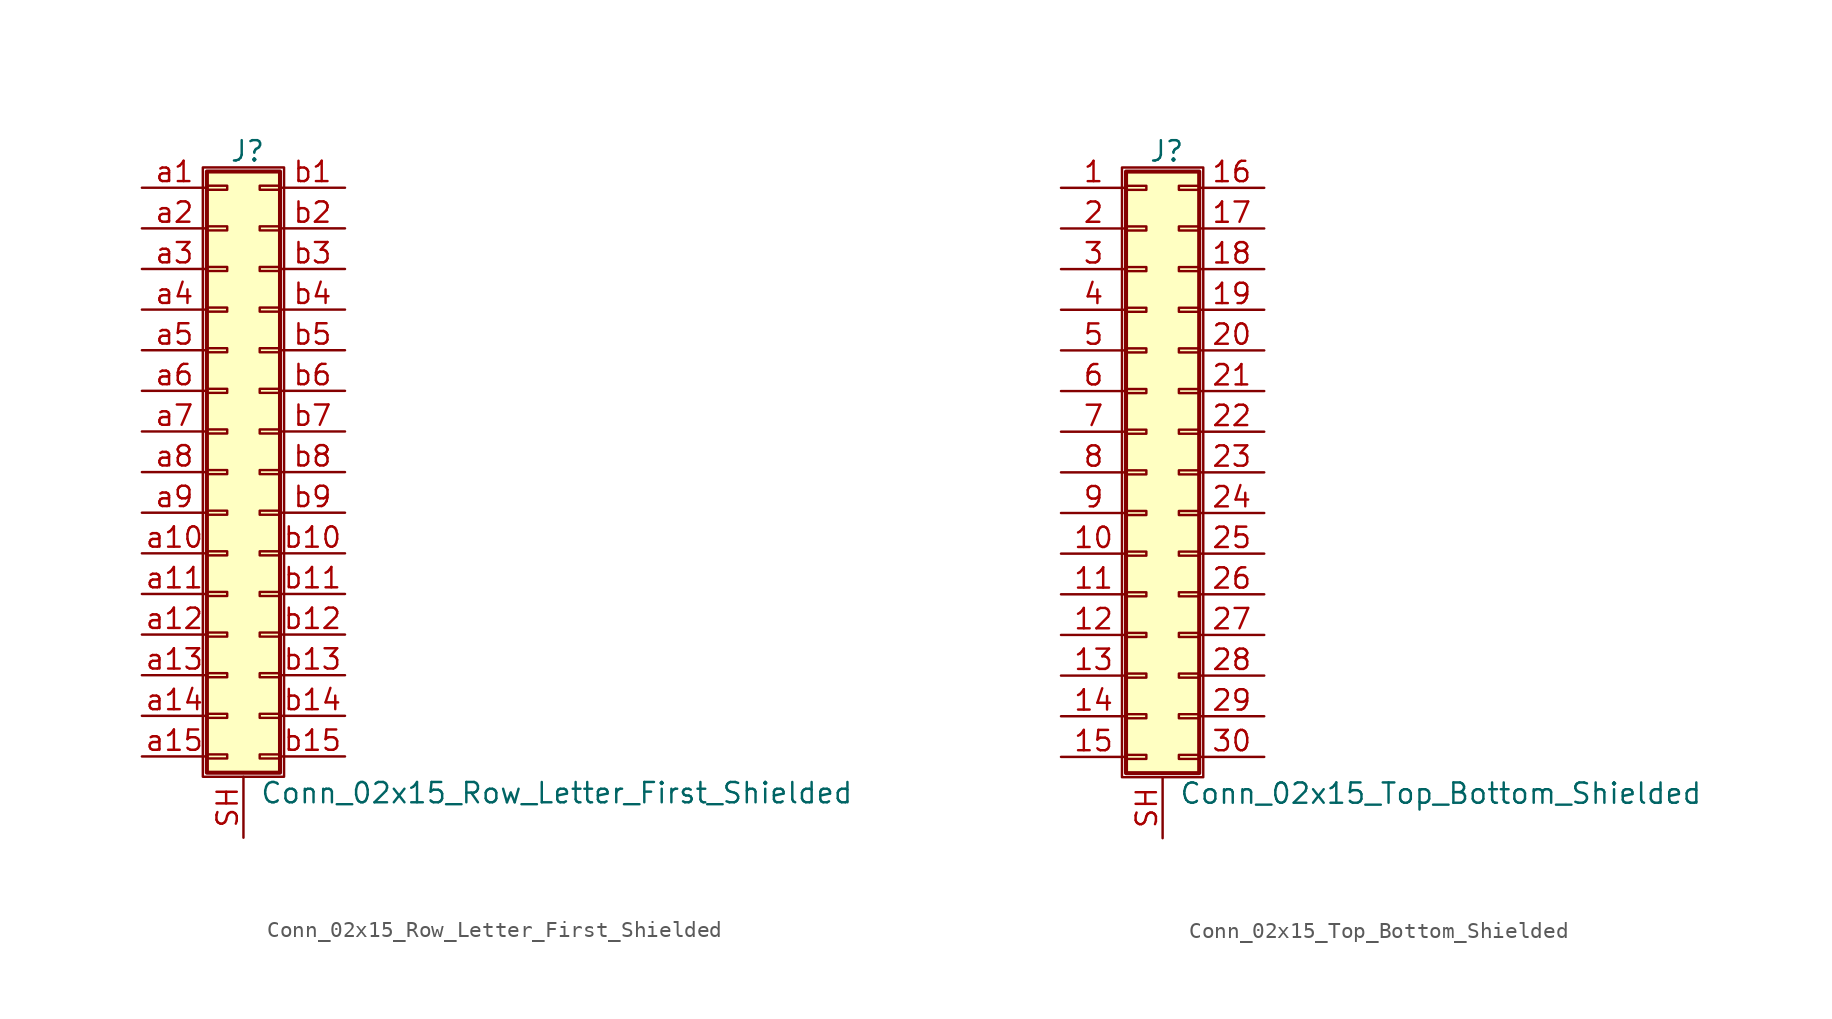
<source format=kicad_sym>
(kicad_symbol_lib
  (version 20201005)
  (generator kicad_symbol_editor)
  (symbol "Conn_02x15_Row_Letter_First_Shielded"
    (pin_names
      (offset 1.016) hide)
    (property "Reference" "J"
      (at 1.524 20.066 0)
      (effects (font (size 1.27 1.27))))
    (property "Value" "Conn_02x15_Row_Letter_First_Shielded"
      (at 2.286 -20.066 0)
      (effects (font (size 1.27 1.27)) (justify left)))
    (symbol "Conn_02x15_Row_Letter_First_Shielded_1_1"
      (rectangle (start -1.27 19.05) (end 3.81 -19.05) (stroke (width 0.152)) (fill (type none)))
      (rectangle (start -1.016 -17.653) (end 0.254 -17.907) (stroke (width 0.152)) (fill (type none)))
      (rectangle (start -1.016 -15.113) (end 0.254 -15.367) (stroke (width 0.152)) (fill (type none)))
      (rectangle (start -1.016 -12.573) (end 0.254 -12.827) (stroke (width 0.152)) (fill (type none)))
      (rectangle (start -1.016 -10.033) (end 0.254 -10.287) (stroke (width 0.152)) (fill (type none)))
      (rectangle (start -1.016 -7.493) (end 0.254 -7.747) (stroke (width 0.152)) (fill (type none)))
      (rectangle (start -1.016 -4.953) (end 0.254 -5.207) (stroke (width 0.152)) (fill (type none)))
      (rectangle (start -1.016 -2.413) (end 0.254 -2.667) (stroke (width 0.152)) (fill (type none)))
      (rectangle (start -1.016 0.127) (end 0.254 -0.127) (stroke (width 0.152)) (fill (type none)))
      (rectangle (start -1.016 2.667) (end 0.254 2.413) (stroke (width 0.152)) (fill (type none)))
      (rectangle (start -1.016 5.207) (end 0.254 4.953) (stroke (width 0.152)) (fill (type none)))
      (rectangle (start -1.016 7.747) (end 0.254 7.493) (stroke (width 0.152)) (fill (type none)))
      (rectangle (start -1.016 10.287) (end 0.254 10.033) (stroke (width 0.152)) (fill (type none)))
      (rectangle (start -1.016 12.827) (end 0.254 12.573) (stroke (width 0.152)) (fill (type none)))
      (rectangle (start -1.016 15.367) (end 0.254 15.113) (stroke (width 0.152)) (fill (type none)))
      (rectangle (start -1.016 17.907) (end 0.254 17.653) (stroke (width 0.152)) (fill (type none)))
      (rectangle (start 3.556 -17.653) (end 2.286 -17.907) (stroke (width 0.152)) (fill (type none)))
      (rectangle (start 3.556 -15.113) (end 2.286 -15.367) (stroke (width 0.152)) (fill (type none)))
      (rectangle (start 3.556 -12.573) (end 2.286 -12.827) (stroke (width 0.152)) (fill (type none)))
      (rectangle (start 3.556 -10.033) (end 2.286 -10.287) (stroke (width 0.152)) (fill (type none)))
      (rectangle (start 3.556 -7.493) (end 2.286 -7.747) (stroke (width 0.152)) (fill (type none)))
      (rectangle (start 3.556 -4.953) (end 2.286 -5.207) (stroke (width 0.152)) (fill (type none)))
      (rectangle (start 3.556 -2.413) (end 2.286 -2.667) (stroke (width 0.152)) (fill (type none)))
      (rectangle (start 3.556 0.127) (end 2.286 -0.127) (stroke (width 0.152)) (fill (type none)))
      (rectangle (start 3.556 2.667) (end 2.286 2.413) (stroke (width 0.152)) (fill (type none)))
      (rectangle (start 3.556 5.207) (end 2.286 4.953) (stroke (width 0.152)) (fill (type none)))
      (rectangle (start 3.556 7.747) (end 2.286 7.493) (stroke (width 0.152)) (fill (type none)))
      (rectangle (start 3.556 10.287) (end 2.286 10.033) (stroke (width 0.152)) (fill (type none)))
      (rectangle (start 3.556 12.827) (end 2.286 12.573) (stroke (width 0.152)) (fill (type none)))
      (rectangle (start 3.556 15.367) (end 2.286 15.113) (stroke (width 0.152)) (fill (type none)))
      (rectangle (start 3.556 17.907) (end 2.286 17.653) (stroke (width 0.152)) (fill (type none)))
      (rectangle (start -1.016 18.796) (end 3.556 -18.796) (stroke (width 0.254)) (fill (type background)))
      (pin passive line (at 1.27 -22.86 90) (length 3.81) (name "Shield" (effects (font (size 1.27 1.27)))) (number "SH" (effects (font (size 1.27 1.27)))))
      (pin passive line (at -5.08 17.78 0) (length 4.064) (name "Pin_a1" (effects (font (size 1.27 1.27)))) (number "a1" (effects (font (size 1.27 1.27)))))
      (pin passive line (at -5.08 -5.08 0) (length 4.064) (name "Pin_a10" (effects (font (size 1.27 1.27)))) (number "a10" (effects (font (size 1.27 1.27)))))
      (pin passive line (at -5.08 -7.62 0) (length 4.064) (name "Pin_a11" (effects (font (size 1.27 1.27)))) (number "a11" (effects (font (size 1.27 1.27)))))
      (pin passive line (at -5.08 -10.16 0) (length 4.064) (name "Pin_a12" (effects (font (size 1.27 1.27)))) (number "a12" (effects (font (size 1.27 1.27)))))
      (pin passive line (at -5.08 -12.7 0) (length 4.064) (name "Pin_a13" (effects (font (size 1.27 1.27)))) (number "a13" (effects (font (size 1.27 1.27)))))
      (pin passive line (at -5.08 -15.24 0) (length 4.064) (name "Pin_a14" (effects (font (size 1.27 1.27)))) (number "a14" (effects (font (size 1.27 1.27)))))
      (pin passive line (at -5.08 -17.78 0) (length 4.064) (name "Pin_a15" (effects (font (size 1.27 1.27)))) (number "a15" (effects (font (size 1.27 1.27)))))
      (pin passive line (at -5.08 15.24 0) (length 4.064) (name "Pin_a2" (effects (font (size 1.27 1.27)))) (number "a2" (effects (font (size 1.27 1.27)))))
      (pin passive line (at -5.08 12.7 0) (length 4.064) (name "Pin_a3" (effects (font (size 1.27 1.27)))) (number "a3" (effects (font (size 1.27 1.27)))))
      (pin passive line (at -5.08 10.16 0) (length 4.064) (name "Pin_a4" (effects (font (size 1.27 1.27)))) (number "a4" (effects (font (size 1.27 1.27)))))
      (pin passive line (at -5.08 7.62 0) (length 4.064) (name "Pin_a5" (effects (font (size 1.27 1.27)))) (number "a5" (effects (font (size 1.27 1.27)))))
      (pin passive line (at -5.08 5.08 0) (length 4.064) (name "Pin_a6" (effects (font (size 1.27 1.27)))) (number "a6" (effects (font (size 1.27 1.27)))))
      (pin passive line (at -5.08 2.54 0) (length 4.064) (name "Pin_a7" (effects (font (size 1.27 1.27)))) (number "a7" (effects (font (size 1.27 1.27)))))
      (pin passive line (at -5.08 0 0) (length 4.064) (name "Pin_a8" (effects (font (size 1.27 1.27)))) (number "a8" (effects (font (size 1.27 1.27)))))
      (pin passive line (at -5.08 -2.54 0) (length 4.064) (name "Pin_a9" (effects (font (size 1.27 1.27)))) (number "a9" (effects (font (size 1.27 1.27)))))
      (pin passive line (at 7.62 17.78 180) (length 4.064) (name "Pin_b1" (effects (font (size 1.27 1.27)))) (number "b1" (effects (font (size 1.27 1.27)))))
      (pin passive line (at 7.62 -5.08 180) (length 4.064) (name "Pin_b10" (effects (font (size 1.27 1.27)))) (number "b10" (effects (font (size 1.27 1.27)))))
      (pin passive line (at 7.62 -7.62 180) (length 4.064) (name "Pin_b11" (effects (font (size 1.27 1.27)))) (number "b11" (effects (font (size 1.27 1.27)))))
      (pin passive line (at 7.62 -10.16 180) (length 4.064) (name "Pin_b12" (effects (font (size 1.27 1.27)))) (number "b12" (effects (font (size 1.27 1.27)))))
      (pin passive line (at 7.62 -12.7 180) (length 4.064) (name "Pin_b13" (effects (font (size 1.27 1.27)))) (number "b13" (effects (font (size 1.27 1.27)))))
      (pin passive line (at 7.62 -15.24 180) (length 4.064) (name "Pin_b14" (effects (font (size 1.27 1.27)))) (number "b14" (effects (font (size 1.27 1.27)))))
      (pin passive line (at 7.62 -17.78 180) (length 4.064) (name "Pin_b15" (effects (font (size 1.27 1.27)))) (number "b15" (effects (font (size 1.27 1.27)))))
      (pin passive line (at 7.62 15.24 180) (length 4.064) (name "Pin_b2" (effects (font (size 1.27 1.27)))) (number "b2" (effects (font (size 1.27 1.27)))))
      (pin passive line (at 7.62 12.7 180) (length 4.064) (name "Pin_b3" (effects (font (size 1.27 1.27)))) (number "b3" (effects (font (size 1.27 1.27)))))
      (pin passive line (at 7.62 10.16 180) (length 4.064) (name "Pin_b4" (effects (font (size 1.27 1.27)))) (number "b4" (effects (font (size 1.27 1.27)))))
      (pin passive line (at 7.62 7.62 180) (length 4.064) (name "Pin_b5" (effects (font (size 1.27 1.27)))) (number "b5" (effects (font (size 1.27 1.27)))))
      (pin passive line (at 7.62 5.08 180) (length 4.064) (name "Pin_b6" (effects (font (size 1.27 1.27)))) (number "b6" (effects (font (size 1.27 1.27)))))
      (pin passive line (at 7.62 2.54 180) (length 4.064) (name "Pin_b7" (effects (font (size 1.27 1.27)))) (number "b7" (effects (font (size 1.27 1.27)))))
      (pin passive line (at 7.62 0 180) (length 4.064) (name "Pin_b8" (effects (font (size 1.27 1.27)))) (number "b8" (effects (font (size 1.27 1.27)))))
      (pin passive line (at 7.62 -2.54 180) (length 4.064) (name "Pin_b9" (effects (font (size 1.27 1.27)))) (number "b9" (effects (font (size 1.27 1.27)))))))
  (symbol "Conn_02x15_Top_Bottom_Shielded"
    (pin_names
      (offset 1.016) hide)
    (property "Reference" "J"
      (at 1.524 20.066 0)
      (effects (font (size 1.27 1.27))))
    (property "Value" "Conn_02x15_Top_Bottom_Shielded"
      (at 2.286 -20.066 0)
      (effects (font (size 1.27 1.27)) (justify left)))
    (symbol "Conn_02x15_Top_Bottom_Shielded_1_1"
      (rectangle (start -1.27 19.05) (end 3.81 -19.05) (stroke (width 0.152)) (fill (type none)))
      (rectangle (start -1.016 -17.653) (end 0.254 -17.907) (stroke (width 0.152)) (fill (type none)))
      (rectangle (start -1.016 -15.113) (end 0.254 -15.367) (stroke (width 0.152)) (fill (type none)))
      (rectangle (start -1.016 -12.573) (end 0.254 -12.827) (stroke (width 0.152)) (fill (type none)))
      (rectangle (start -1.016 -10.033) (end 0.254 -10.287) (stroke (width 0.152)) (fill (type none)))
      (rectangle (start -1.016 -7.493) (end 0.254 -7.747) (stroke (width 0.152)) (fill (type none)))
      (rectangle (start -1.016 -4.953) (end 0.254 -5.207) (stroke (width 0.152)) (fill (type none)))
      (rectangle (start -1.016 -2.413) (end 0.254 -2.667) (stroke (width 0.152)) (fill (type none)))
      (rectangle (start -1.016 0.127) (end 0.254 -0.127) (stroke (width 0.152)) (fill (type none)))
      (rectangle (start -1.016 2.667) (end 0.254 2.413) (stroke (width 0.152)) (fill (type none)))
      (rectangle (start -1.016 5.207) (end 0.254 4.953) (stroke (width 0.152)) (fill (type none)))
      (rectangle (start -1.016 7.747) (end 0.254 7.493) (stroke (width 0.152)) (fill (type none)))
      (rectangle (start -1.016 10.287) (end 0.254 10.033) (stroke (width 0.152)) (fill (type none)))
      (rectangle (start -1.016 12.827) (end 0.254 12.573) (stroke (width 0.152)) (fill (type none)))
      (rectangle (start -1.016 15.367) (end 0.254 15.113) (stroke (width 0.152)) (fill (type none)))
      (rectangle (start -1.016 17.907) (end 0.254 17.653) (stroke (width 0.152)) (fill (type none)))
      (rectangle (start 3.556 -17.653) (end 2.286 -17.907) (stroke (width 0.152)) (fill (type none)))
      (rectangle (start 3.556 -15.113) (end 2.286 -15.367) (stroke (width 0.152)) (fill (type none)))
      (rectangle (start 3.556 -12.573) (end 2.286 -12.827) (stroke (width 0.152)) (fill (type none)))
      (rectangle (start 3.556 -10.033) (end 2.286 -10.287) (stroke (width 0.152)) (fill (type none)))
      (rectangle (start 3.556 -7.493) (end 2.286 -7.747) (stroke (width 0.152)) (fill (type none)))
      (rectangle (start 3.556 -4.953) (end 2.286 -5.207) (stroke (width 0.152)) (fill (type none)))
      (rectangle (start 3.556 -2.413) (end 2.286 -2.667) (stroke (width 0.152)) (fill (type none)))
      (rectangle (start 3.556 0.127) (end 2.286 -0.127) (stroke (width 0.152)) (fill (type none)))
      (rectangle (start 3.556 2.667) (end 2.286 2.413) (stroke (width 0.152)) (fill (type none)))
      (rectangle (start 3.556 5.207) (end 2.286 4.953) (stroke (width 0.152)) (fill (type none)))
      (rectangle (start 3.556 7.747) (end 2.286 7.493) (stroke (width 0.152)) (fill (type none)))
      (rectangle (start 3.556 10.287) (end 2.286 10.033) (stroke (width 0.152)) (fill (type none)))
      (rectangle (start 3.556 12.827) (end 2.286 12.573) (stroke (width 0.152)) (fill (type none)))
      (rectangle (start 3.556 15.367) (end 2.286 15.113) (stroke (width 0.152)) (fill (type none)))
      (rectangle (start 3.556 17.907) (end 2.286 17.653) (stroke (width 0.152)) (fill (type none)))
      (rectangle (start -1.016 18.796) (end 3.556 -18.796) (stroke (width 0.254)) (fill (type background)))
      (pin passive line (at -5.08 17.78 0) (length 4.064) (name "Pin_1" (effects (font (size 1.27 1.27)))) (number "1" (effects (font (size 1.27 1.27)))))
      (pin passive line (at -5.08 -5.08 0) (length 4.064) (name "Pin_10" (effects (font (size 1.27 1.27)))) (number "10" (effects (font (size 1.27 1.27)))))
      (pin passive line (at -5.08 -7.62 0) (length 4.064) (name "Pin_11" (effects (font (size 1.27 1.27)))) (number "11" (effects (font (size 1.27 1.27)))))
      (pin passive line (at -5.08 -10.16 0) (length 4.064) (name "Pin_12" (effects (font (size 1.27 1.27)))) (number "12" (effects (font (size 1.27 1.27)))))
      (pin passive line (at -5.08 -12.7 0) (length 4.064) (name "Pin_13" (effects (font (size 1.27 1.27)))) (number "13" (effects (font (size 1.27 1.27)))))
      (pin passive line (at -5.08 -15.24 0) (length 4.064) (name "Pin_14" (effects (font (size 1.27 1.27)))) (number "14" (effects (font (size 1.27 1.27)))))
      (pin passive line (at -5.08 -17.78 0) (length 4.064) (name "Pin_15" (effects (font (size 1.27 1.27)))) (number "15" (effects (font (size 1.27 1.27)))))
      (pin passive line (at 7.62 17.78 180) (length 4.064) (name "Pin_16" (effects (font (size 1.27 1.27)))) (number "16" (effects (font (size 1.27 1.27)))))
      (pin passive line (at 7.62 15.24 180) (length 4.064) (name "Pin_17" (effects (font (size 1.27 1.27)))) (number "17" (effects (font (size 1.27 1.27)))))
      (pin passive line (at 7.62 12.7 180) (length 4.064) (name "Pin_18" (effects (font (size 1.27 1.27)))) (number "18" (effects (font (size 1.27 1.27)))))
      (pin passive line (at 7.62 10.16 180) (length 4.064) (name "Pin_19" (effects (font (size 1.27 1.27)))) (number "19" (effects (font (size 1.27 1.27)))))
      (pin passive line (at -5.08 15.24 0) (length 4.064) (name "Pin_2" (effects (font (size 1.27 1.27)))) (number "2" (effects (font (size 1.27 1.27)))))
      (pin passive line (at 7.62 7.62 180) (length 4.064) (name "Pin_20" (effects (font (size 1.27 1.27)))) (number "20" (effects (font (size 1.27 1.27)))))
      (pin passive line (at 7.62 5.08 180) (length 4.064) (name "Pin_21" (effects (font (size 1.27 1.27)))) (number "21" (effects (font (size 1.27 1.27)))))
      (pin passive line (at 7.62 2.54 180) (length 4.064) (name "Pin_22" (effects (font (size 1.27 1.27)))) (number "22" (effects (font (size 1.27 1.27)))))
      (pin passive line (at 7.62 0 180) (length 4.064) (name "Pin_23" (effects (font (size 1.27 1.27)))) (number "23" (effects (font (size 1.27 1.27)))))
      (pin passive line (at 7.62 -2.54 180) (length 4.064) (name "Pin_24" (effects (font (size 1.27 1.27)))) (number "24" (effects (font (size 1.27 1.27)))))
      (pin passive line (at 7.62 -5.08 180) (length 4.064) (name "Pin_25" (effects (font (size 1.27 1.27)))) (number "25" (effects (font (size 1.27 1.27)))))
      (pin passive line (at 7.62 -7.62 180) (length 4.064) (name "Pin_26" (effects (font (size 1.27 1.27)))) (number "26" (effects (font (size 1.27 1.27)))))
      (pin passive line (at 7.62 -10.16 180) (length 4.064) (name "Pin_27" (effects (font (size 1.27 1.27)))) (number "27" (effects (font (size 1.27 1.27)))))
      (pin passive line (at 7.62 -12.7 180) (length 4.064) (name "Pin_28" (effects (font (size 1.27 1.27)))) (number "28" (effects (font (size 1.27 1.27)))))
      (pin passive line (at 7.62 -15.24 180) (length 4.064) (name "Pin_29" (effects (font (size 1.27 1.27)))) (number "29" (effects (font (size 1.27 1.27)))))
      (pin passive line (at -5.08 12.7 0) (length 4.064) (name "Pin_3" (effects (font (size 1.27 1.27)))) (number "3" (effects (font (size 1.27 1.27)))))
      (pin passive line (at 7.62 -17.78 180) (length 4.064) (name "Pin_30" (effects (font (size 1.27 1.27)))) (number "30" (effects (font (size 1.27 1.27)))))
      (pin passive line (at -5.08 10.16 0) (length 4.064) (name "Pin_4" (effects (font (size 1.27 1.27)))) (number "4" (effects (font (size 1.27 1.27)))))
      (pin passive line (at -5.08 7.62 0) (length 4.064) (name "Pin_5" (effects (font (size 1.27 1.27)))) (number "5" (effects (font (size 1.27 1.27)))))
      (pin passive line (at -5.08 5.08 0) (length 4.064) (name "Pin_6" (effects (font (size 1.27 1.27)))) (number "6" (effects (font (size 1.27 1.27)))))
      (pin passive line (at -5.08 2.54 0) (length 4.064) (name "Pin_7" (effects (font (size 1.27 1.27)))) (number "7" (effects (font (size 1.27 1.27)))))
      (pin passive line (at -5.08 0 0) (length 4.064) (name "Pin_8" (effects (font (size 1.27 1.27)))) (number "8" (effects (font (size 1.27 1.27)))))
      (pin passive line (at -5.08 -2.54 0) (length 4.064) (name "Pin_9" (effects (font (size 1.27 1.27)))) (number "9" (effects (font (size 1.27 1.27)))))
      (pin passive line (at 1.27 -22.86 90) (length 3.81) (name "Shield" (effects (font (size 1.27 1.27)))) (number "SH" (effects (font (size 1.27 1.27))))))))
</source>
